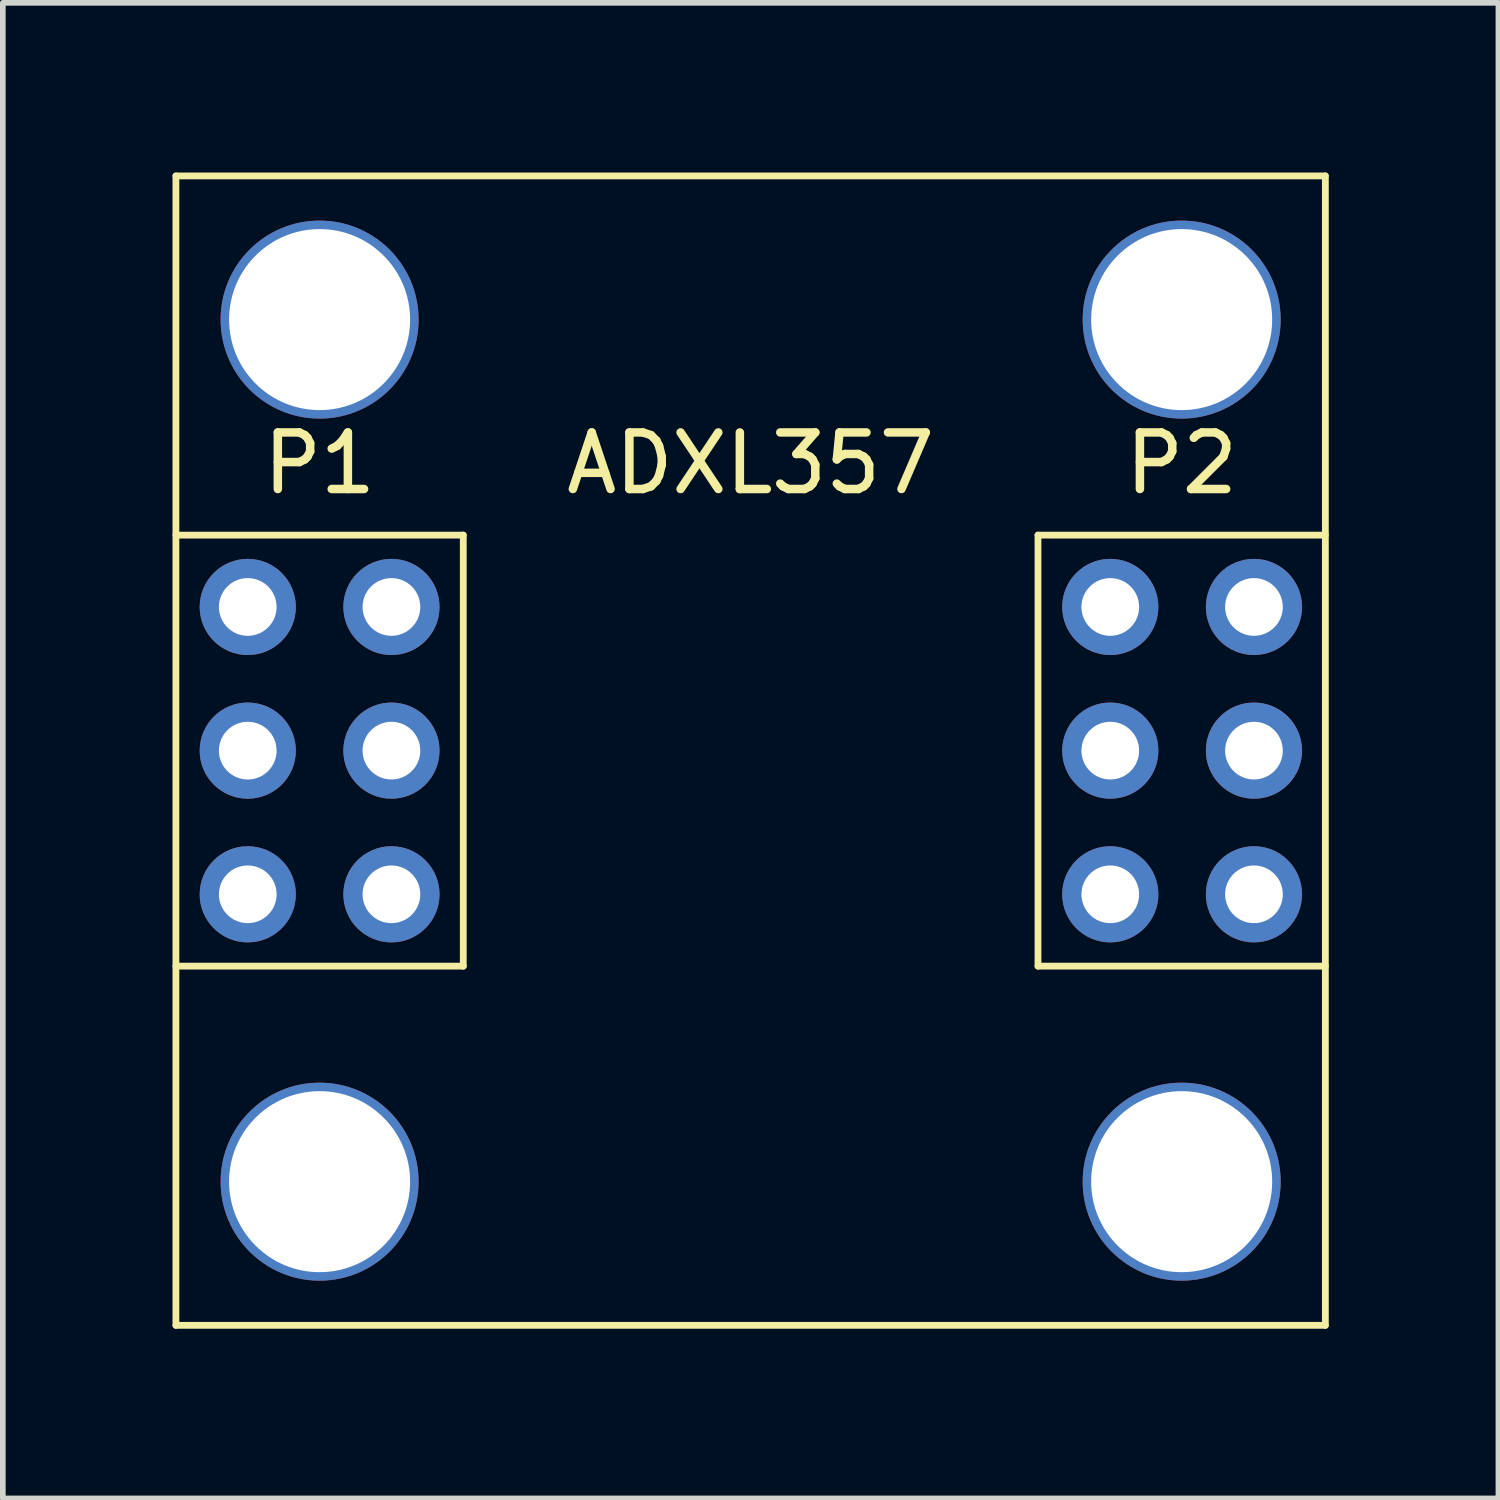
<source format=kicad_pcb>
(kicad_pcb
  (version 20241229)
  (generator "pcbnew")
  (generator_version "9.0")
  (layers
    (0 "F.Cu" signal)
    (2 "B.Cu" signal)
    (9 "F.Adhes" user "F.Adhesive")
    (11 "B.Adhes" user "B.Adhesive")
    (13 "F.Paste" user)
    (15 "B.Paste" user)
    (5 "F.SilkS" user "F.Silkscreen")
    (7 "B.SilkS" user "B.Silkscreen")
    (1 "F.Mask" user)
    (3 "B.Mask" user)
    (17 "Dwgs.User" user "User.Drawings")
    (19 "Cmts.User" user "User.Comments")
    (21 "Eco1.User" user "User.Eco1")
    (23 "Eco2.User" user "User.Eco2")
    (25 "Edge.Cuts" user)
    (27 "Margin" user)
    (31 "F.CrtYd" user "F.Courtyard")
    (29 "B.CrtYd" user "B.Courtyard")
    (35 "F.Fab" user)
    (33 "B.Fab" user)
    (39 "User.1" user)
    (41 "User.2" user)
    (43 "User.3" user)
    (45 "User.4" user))
  (footprint "ADXL357"
    (layer "F.Cu")
    (at 2.6 12.76)
    (property "Reference" "ADXL357" (at 7.62 -7.62 0) (layer "F.SilkS") (effects (font (size 1 1) (thickness 0.15))))
    (attr through_hole)
    (fp_line (start -2.54 -12.7) (end 17.78 -12.7) (stroke (width 0.12) (type solid)) (layer "F.SilkS"))
    (fp_line (start -2.54 -6.35) (end 2.54 -6.35) (stroke (width 0.12) (type solid)) (layer "F.SilkS"))
    (fp_line (start -2.54 7.62) (end -2.54 -12.7) (stroke (width 0.12) (type solid)) (layer "F.SilkS"))
    (fp_line (start 2.54 -6.35) (end 2.54 1.27) (stroke (width 0.12) (type solid)) (layer "F.SilkS"))
    (fp_line (start 2.54 1.27) (end -2.54 1.27) (stroke (width 0.12) (type solid)) (layer "F.SilkS"))
    (fp_line (start 12.7 -6.35) (end 12.7 1.27) (stroke (width 0.12) (type solid)) (layer "F.SilkS"))
    (fp_line (start 12.7 1.27) (end 17.78 1.27) (stroke (width 0.12) (type solid)) (layer "F.SilkS"))
    (fp_line (start 17.78 -12.7) (end 17.78 7.62) (stroke (width 0.12) (type solid)) (layer "F.SilkS"))
    (fp_line (start 17.78 -6.35) (end 12.7 -6.35) (stroke (width 0.12) (type solid)) (layer "F.SilkS"))
    (fp_line (start 17.78 7.62) (end -2.54 7.62) (stroke (width 0.12) (type solid)) (layer "F.SilkS"))
    (fp_text user "P1" (at 0 -7.62 0) (layer "F.SilkS") (effects (font (size 1 1) (thickness 0.15))))
    (fp_text user "P2" (at 15.24 -7.62 0) (layer "F.SilkS") (effects (font (size 1 1) (thickness 0.15))))
    (pad "" thru_hole circle (at 0 -10.16) (size 3.5 3.5) (drill 3.2) (layers "*.Cu" "*.Mask"))
    (pad "" thru_hole circle (at 0 5.08) (size 3.5 3.5) (drill 3.2) (layers "*.Cu" "*.Mask"))
    (pad "" thru_hole circle (at 15.24 -10.16) (size 3.5 3.5) (drill 3.2) (layers "*.Cu" "*.Mask"))
    (pad "" thru_hole circle (at 15.24 5.08) (size 3.5 3.5) (drill 3.2) (layers "*.Cu" "*.Mask"))
    (pad "1" thru_hole circle (at -1.27 -5.08) (size 1.7 1.7) (drill 1.02) (layers "*.Cu" "*.Mask"))
    (pad "2" thru_hole circle (at 1.27 -5.08) (size 1.7 1.7) (drill 1.02) (layers "*.Cu" "*.Mask"))
    (pad "3" thru_hole circle (at -1.27 -2.54) (size 1.7 1.7) (drill 1.02) (layers "*.Cu" "*.Mask"))
    (pad "4" thru_hole circle (at 1.27 -2.54) (size 1.7 1.7) (drill 1.02) (layers "*.Cu" "*.Mask"))
    (pad "5" thru_hole circle (at -1.27 0) (size 1.7 1.7) (drill 1.02) (layers "*.Cu" "*.Mask"))
    (pad "6" thru_hole circle (at 1.27 0) (size 1.7 1.7) (drill 1.02) (layers "*.Cu" "*.Mask"))
    (pad "7" thru_hole circle (at 13.978 -5.08) (size 1.7 1.7) (drill 1.02) (layers "*.Cu" "*.Mask"))
    (pad "8" thru_hole circle (at 16.518 -5.08) (size 1.7 1.7) (drill 1.02) (layers "*.Cu" "*.Mask"))
    (pad "9" thru_hole circle (at 13.978 -2.54) (size 1.7 1.7) (drill 1.02) (layers "*.Cu" "*.Mask"))
    (pad "10" thru_hole circle (at 16.518 -2.54) (size 1.7 1.7) (drill 1.02) (layers "*.Cu" "*.Mask"))
    (pad "11" thru_hole circle (at 13.978 0) (size 1.7 1.7) (drill 1.02) (layers "*.Cu" "*.Mask"))
    (pad "12" thru_hole circle (at 16.518 0) (size 1.7 1.7) (drill 1.02) (layers "*.Cu" "*.Mask")))
  (gr_rect
    (start -3 -3)
    (end 23.44 23.44)
    (stroke (width 0.1) (type default))
    (fill no)
    (layer "Edge.Cuts")))
</source>
